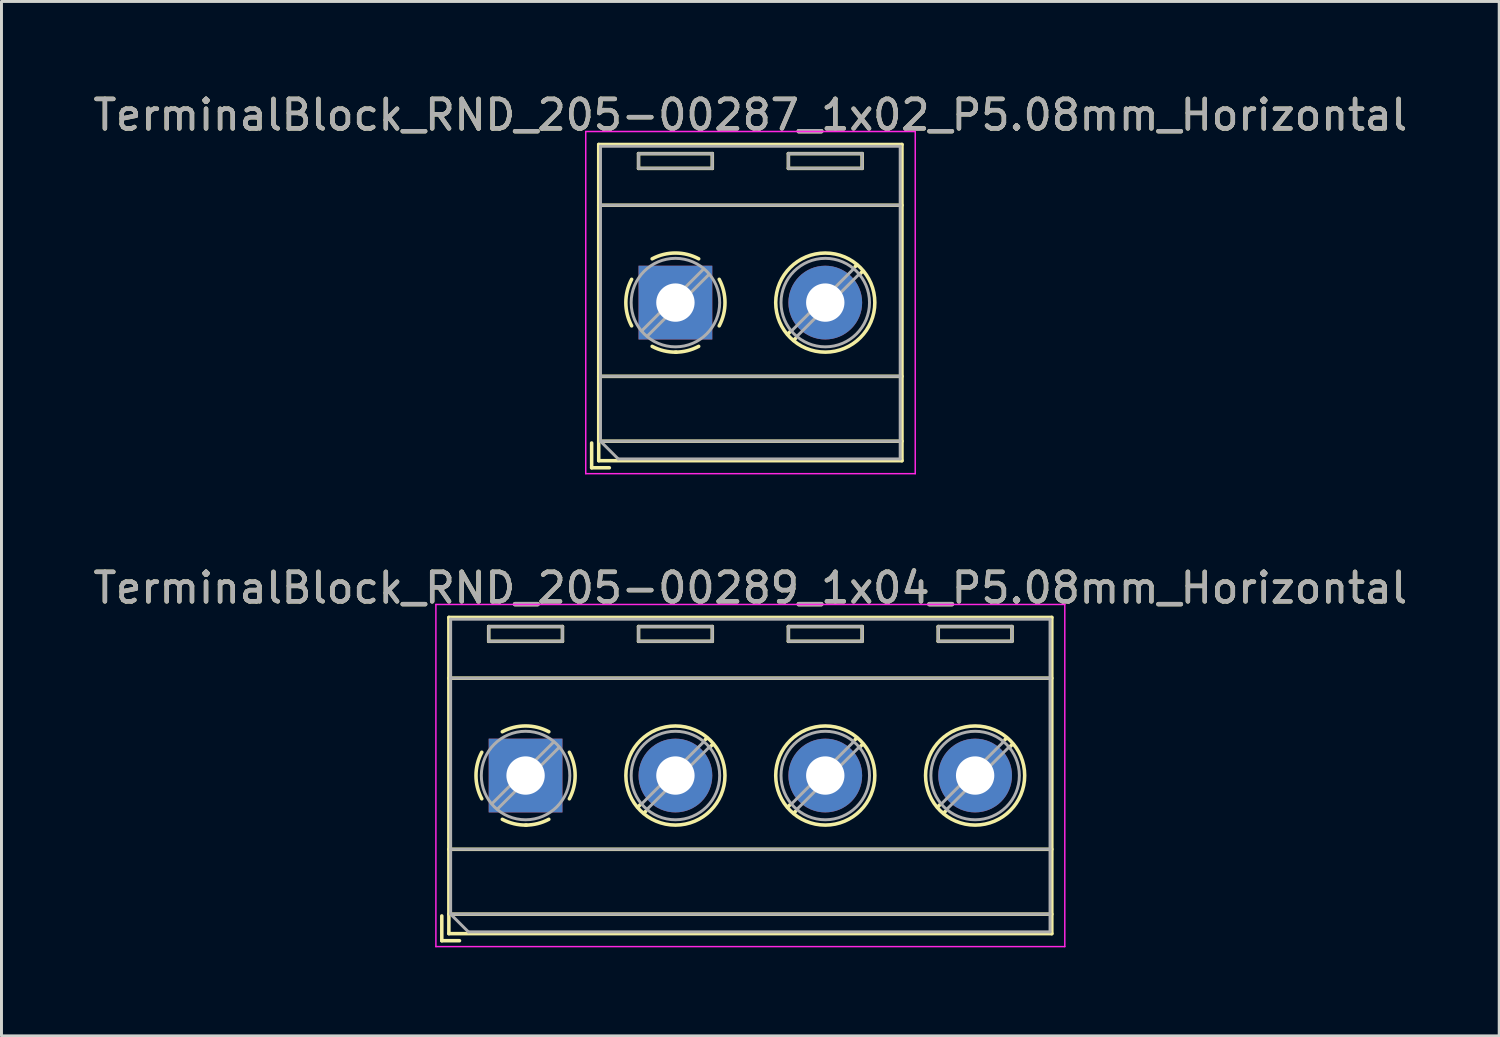
<source format=kicad_pcb>
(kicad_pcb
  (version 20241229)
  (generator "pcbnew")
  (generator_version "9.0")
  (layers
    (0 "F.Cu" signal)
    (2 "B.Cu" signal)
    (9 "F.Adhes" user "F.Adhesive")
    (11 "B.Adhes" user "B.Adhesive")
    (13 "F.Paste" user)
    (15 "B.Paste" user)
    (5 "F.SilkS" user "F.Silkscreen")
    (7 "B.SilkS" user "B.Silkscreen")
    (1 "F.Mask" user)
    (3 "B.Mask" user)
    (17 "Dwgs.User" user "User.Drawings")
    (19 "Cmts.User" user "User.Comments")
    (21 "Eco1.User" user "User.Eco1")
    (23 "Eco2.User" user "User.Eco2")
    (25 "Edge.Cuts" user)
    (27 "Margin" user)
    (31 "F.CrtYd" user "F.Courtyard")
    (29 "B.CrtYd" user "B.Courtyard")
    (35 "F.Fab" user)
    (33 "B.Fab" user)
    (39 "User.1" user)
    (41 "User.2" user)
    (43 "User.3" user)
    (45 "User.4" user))
  (footprint "TerminalBlock_RND_205-00289_1x04_P5.08mm_Horizontal"
    (layer "F.Cu")
    (at 14.767 23.241)
    (property "Reference" "TerminalBlock_RND_205-00289_1x04_P5.08mm_Horizontal" (at 7.62 -6.36 0) (layer "F.SilkS") (effects (font (size 1 1) (thickness 0.15))))
    (attr through_hole)
    (fp_line (start -2.84 4.76) (end -2.84 5.6) (stroke (width 0.12) (type solid)) (layer "F.SilkS"))
    (fp_line (start -2.84 5.6) (end -2.24 5.6) (stroke (width 0.12) (type solid)) (layer "F.SilkS"))
    (fp_line (start -2.6 -5.36) (end -2.6 5.36) (stroke (width 0.12) (type solid)) (layer "F.SilkS"))
    (fp_line (start -2.6 -5.36) (end 17.84 -5.36) (stroke (width 0.12) (type solid)) (layer "F.SilkS"))
    (fp_line (start -2.6 -3.3) (end 17.84 -3.3) (stroke (width 0.12) (type solid)) (layer "F.SilkS"))
    (fp_line (start -2.6 2.5) (end 17.84 2.5) (stroke (width 0.12) (type solid)) (layer "F.SilkS"))
    (fp_line (start -2.6 4.7) (end 17.84 4.7) (stroke (width 0.12) (type solid)) (layer "F.SilkS"))
    (fp_line (start -2.6 5.36) (end 17.84 5.36) (stroke (width 0.12) (type solid)) (layer "F.SilkS"))
    (fp_line (start -1.25 -5.05) (end -1.25 -4.55) (stroke (width 0.12) (type solid)) (layer "F.SilkS"))
    (fp_line (start -1.25 -5.05) (end 1.25 -5.05) (stroke (width 0.12) (type solid)) (layer "F.SilkS"))
    (fp_line (start -1.25 -4.55) (end 1.25 -4.55) (stroke (width 0.12) (type solid)) (layer "F.SilkS"))
    (fp_line (start 1.25 -5.05) (end 1.25 -4.55) (stroke (width 0.12) (type solid)) (layer "F.SilkS"))
    (fp_line (start 3.83 -5.05) (end 3.83 -4.55) (stroke (width 0.12) (type solid)) (layer "F.SilkS"))
    (fp_line (start 3.83 -5.05) (end 6.33 -5.05) (stroke (width 0.12) (type solid)) (layer "F.SilkS"))
    (fp_line (start 3.83 -4.55) (end 6.33 -4.55) (stroke (width 0.12) (type solid)) (layer "F.SilkS"))
    (fp_line (start 3.9 0.976) (end 3.806 1.069) (stroke (width 0.12) (type solid)) (layer "F.SilkS"))
    (fp_line (start 4.07 1.216) (end 4.011 1.274) (stroke (width 0.12) (type solid)) (layer "F.SilkS"))
    (fp_line (start 6.15 -1.275) (end 6.091 -1.216) (stroke (width 0.12) (type solid)) (layer "F.SilkS"))
    (fp_line (start 6.33 -5.05) (end 6.33 -4.55) (stroke (width 0.12) (type solid)) (layer "F.SilkS"))
    (fp_line (start 6.355 -1.069) (end 6.261 -0.976) (stroke (width 0.12) (type solid)) (layer "F.SilkS"))
    (fp_line (start 8.91 -5.05) (end 8.91 -4.55) (stroke (width 0.12) (type solid)) (layer "F.SilkS"))
    (fp_line (start 8.91 -5.05) (end 11.41 -5.05) (stroke (width 0.12) (type solid)) (layer "F.SilkS"))
    (fp_line (start 8.91 -4.55) (end 11.41 -4.55) (stroke (width 0.12) (type solid)) (layer "F.SilkS"))
    (fp_line (start 8.98 0.976) (end 8.886 1.069) (stroke (width 0.12) (type solid)) (layer "F.SilkS"))
    (fp_line (start 9.15 1.216) (end 9.091 1.274) (stroke (width 0.12) (type solid)) (layer "F.SilkS"))
    (fp_line (start 11.23 -1.275) (end 11.171 -1.216) (stroke (width 0.12) (type solid)) (layer "F.SilkS"))
    (fp_line (start 11.41 -5.05) (end 11.41 -4.55) (stroke (width 0.12) (type solid)) (layer "F.SilkS"))
    (fp_line (start 11.435 -1.069) (end 11.341 -0.976) (stroke (width 0.12) (type solid)) (layer "F.SilkS"))
    (fp_line (start 13.99 -5.05) (end 13.99 -4.55) (stroke (width 0.12) (type solid)) (layer "F.SilkS"))
    (fp_line (start 13.99 -5.05) (end 16.49 -5.05) (stroke (width 0.12) (type solid)) (layer "F.SilkS"))
    (fp_line (start 13.99 -4.55) (end 16.49 -4.55) (stroke (width 0.12) (type solid)) (layer "F.SilkS"))
    (fp_line (start 14.06 0.976) (end 13.966 1.069) (stroke (width 0.12) (type solid)) (layer "F.SilkS"))
    (fp_line (start 14.23 1.216) (end 14.171 1.274) (stroke (width 0.12) (type solid)) (layer "F.SilkS"))
    (fp_line (start 16.31 -1.275) (end 16.251 -1.216) (stroke (width 0.12) (type solid)) (layer "F.SilkS"))
    (fp_line (start 16.49 -5.05) (end 16.49 -4.55) (stroke (width 0.12) (type solid)) (layer "F.SilkS"))
    (fp_line (start 16.515 -1.069) (end 16.421 -0.976) (stroke (width 0.12) (type solid)) (layer "F.SilkS"))
    (fp_line (start 17.84 -5.36) (end 17.84 5.36) (stroke (width 0.12) (type solid)) (layer "F.SilkS"))
    (fp_arc (start -1.483953 0.789089) (mid -1.680708 0.00005) (end -1.484 -0.789) (stroke (width 0.12) (type solid)) (layer "F.SilkS"))
    (fp_arc (start -0.789089 -1.483953) (mid -0.00005 -1.680708) (end 0.789 -1.484) (stroke (width 0.12) (type solid)) (layer "F.SilkS"))
    (fp_arc (start 0.029383 1.68045) (mid -0.392304 1.634281) (end -0.789 1.484) (stroke (width 0.12) (type solid)) (layer "F.SilkS"))
    (fp_arc (start 0.788712 1.483352) (mid 0.406429 1.630097) (end 0 1.68) (stroke (width 0.12) (type solid)) (layer "F.SilkS"))
    (fp_arc (start 1.483953 -0.789089) (mid 1.680708 -0.00005) (end 1.484 0.789) (stroke (width 0.12) (type solid)) (layer "F.SilkS"))
    (fp_circle (center 5.08 0) (end 6.76 0) (stroke (width 0.12) (type solid)) (fill no) (layer "F.SilkS"))
    (fp_circle (center 10.16 0) (end 11.84 0) (stroke (width 0.12) (type solid)) (fill no) (layer "F.SilkS"))
    (fp_circle (center 15.24 0) (end 16.92 0) (stroke (width 0.12) (type solid)) (fill no) (layer "F.SilkS"))
    (fp_line (start -3.04 -5.8) (end -3.04 5.8) (stroke (width 0.05) (type solid)) (layer "F.CrtYd"))
    (fp_line (start -3.04 5.8) (end 18.28 5.8) (stroke (width 0.05) (type solid)) (layer "F.CrtYd"))
    (fp_line (start 18.28 -5.8) (end -3.04 -5.8) (stroke (width 0.05) (type solid)) (layer "F.CrtYd"))
    (fp_line (start 18.28 5.8) (end 18.28 -5.8) (stroke (width 0.05) (type solid)) (layer "F.CrtYd"))
    (fp_line (start -2.54 -5.3) (end 17.78 -5.3) (stroke (width 0.1) (type solid)) (layer "F.Fab"))
    (fp_line (start -2.54 -3.3) (end 17.78 -3.3) (stroke (width 0.1) (type solid)) (layer "F.Fab"))
    (fp_line (start -2.54 2.5) (end 17.78 2.5) (stroke (width 0.1) (type solid)) (layer "F.Fab"))
    (fp_line (start -2.54 4.7) (end -2.54 -5.3) (stroke (width 0.1) (type solid)) (layer "F.Fab"))
    (fp_line (start -2.54 4.7) (end 17.78 4.7) (stroke (width 0.1) (type solid)) (layer "F.Fab"))
    (fp_line (start -1.94 5.3) (end -2.54 4.7) (stroke (width 0.1) (type solid)) (layer "F.Fab"))
    (fp_line (start -1.25 -5.05) (end -1.25 -4.55) (stroke (width 0.1) (type solid)) (layer "F.Fab"))
    (fp_line (start -1.25 -4.55) (end 1.25 -4.55) (stroke (width 0.1) (type solid)) (layer "F.Fab"))
    (fp_line (start 0.955 -1.138) (end -1.138 0.955) (stroke (width 0.1) (type solid)) (layer "F.Fab"))
    (fp_line (start 1.138 -0.955) (end -0.955 1.138) (stroke (width 0.1) (type solid)) (layer "F.Fab"))
    (fp_line (start 1.25 -5.05) (end -1.25 -5.05) (stroke (width 0.1) (type solid)) (layer "F.Fab"))
    (fp_line (start 1.25 -4.55) (end 1.25 -5.05) (stroke (width 0.1) (type solid)) (layer "F.Fab"))
    (fp_line (start 3.83 -5.05) (end 3.83 -4.55) (stroke (width 0.1) (type solid)) (layer "F.Fab"))
    (fp_line (start 3.83 -4.55) (end 6.33 -4.55) (stroke (width 0.1) (type solid)) (layer "F.Fab"))
    (fp_line (start 6.035 -1.138) (end 3.943 0.955) (stroke (width 0.1) (type solid)) (layer "F.Fab"))
    (fp_line (start 6.218 -0.955) (end 4.126 1.138) (stroke (width 0.1) (type solid)) (layer "F.Fab"))
    (fp_line (start 6.33 -5.05) (end 3.83 -5.05) (stroke (width 0.1) (type solid)) (layer "F.Fab"))
    (fp_line (start 6.33 -4.55) (end 6.33 -5.05) (stroke (width 0.1) (type solid)) (layer "F.Fab"))
    (fp_line (start 8.91 -5.05) (end 8.91 -4.55) (stroke (width 0.1) (type solid)) (layer "F.Fab"))
    (fp_line (start 8.91 -4.55) (end 11.41 -4.55) (stroke (width 0.1) (type solid)) (layer "F.Fab"))
    (fp_line (start 11.115 -1.138) (end 9.023 0.955) (stroke (width 0.1) (type solid)) (layer "F.Fab"))
    (fp_line (start 11.298 -0.955) (end 9.206 1.138) (stroke (width 0.1) (type solid)) (layer "F.Fab"))
    (fp_line (start 11.41 -5.05) (end 8.91 -5.05) (stroke (width 0.1) (type solid)) (layer "F.Fab"))
    (fp_line (start 11.41 -4.55) (end 11.41 -5.05) (stroke (width 0.1) (type solid)) (layer "F.Fab"))
    (fp_line (start 13.99 -5.05) (end 13.99 -4.55) (stroke (width 0.1) (type solid)) (layer "F.Fab"))
    (fp_line (start 13.99 -4.55) (end 16.49 -4.55) (stroke (width 0.1) (type solid)) (layer "F.Fab"))
    (fp_line (start 16.195 -1.138) (end 14.103 0.955) (stroke (width 0.1) (type solid)) (layer "F.Fab"))
    (fp_line (start 16.378 -0.955) (end 14.286 1.138) (stroke (width 0.1) (type solid)) (layer "F.Fab"))
    (fp_line (start 16.49 -5.05) (end 13.99 -5.05) (stroke (width 0.1) (type solid)) (layer "F.Fab"))
    (fp_line (start 16.49 -4.55) (end 16.49 -5.05) (stroke (width 0.1) (type solid)) (layer "F.Fab"))
    (fp_line (start 17.78 -5.3) (end 17.78 5.3) (stroke (width 0.1) (type solid)) (layer "F.Fab"))
    (fp_line (start 17.78 5.3) (end -1.94 5.3) (stroke (width 0.1) (type solid)) (layer "F.Fab"))
    (fp_circle (center 0 0) (end 1.5 0) (stroke (width 0.1) (type solid)) (fill no) (layer "F.Fab"))
    (fp_circle (center 5.08 0) (end 6.58 0) (stroke (width 0.1) (type solid)) (fill no) (layer "F.Fab"))
    (fp_circle (center 10.16 0) (end 11.66 0) (stroke (width 0.1) (type solid)) (fill no) (layer "F.Fab"))
    (fp_circle (center 15.24 0) (end 16.74 0) (stroke (width 0.1) (type solid)) (fill no) (layer "F.Fab"))
    (fp_text user "${REFERENCE}" (at 7.62 -6.36 0) (layer "F.Fab") (effects (font (size 1 1) (thickness 0.15))))
    (pad "1" thru_hole rect (at 0 0) (size 2.5 2.5) (drill 1.3) (layers "*.Cu" "*.Mask"))
    (pad "2" thru_hole circle (at 5.08 0) (size 2.5 2.5) (drill 1.3) (layers "*.Cu" "*.Mask"))
    (pad "3" thru_hole circle (at 10.16 0) (size 2.5 2.5) (drill 1.3) (layers "*.Cu" "*.Mask"))
    (pad "4" thru_hole circle (at 15.24 0) (size 2.5 2.5) (drill 1.3) (layers "*.Cu" "*.Mask")))
  (footprint "TerminalBlock_RND_205-00287_1x02_P5.08mm_Horizontal"
    (layer "F.Cu")
    (at 19.847 7.208)
    (property "Reference" "TerminalBlock_RND_205-00287_1x02_P5.08mm_Horizontal" (at 2.54 -6.36 0) (layer "F.SilkS") (effects (font (size 1 1) (thickness 0.15))))
    (attr through_hole)
    (fp_line (start -2.84 4.76) (end -2.84 5.6) (stroke (width 0.12) (type solid)) (layer "F.SilkS"))
    (fp_line (start -2.84 5.6) (end -2.24 5.6) (stroke (width 0.12) (type solid)) (layer "F.SilkS"))
    (fp_line (start -2.6 -5.36) (end -2.6 5.36) (stroke (width 0.12) (type solid)) (layer "F.SilkS"))
    (fp_line (start -2.6 -5.36) (end 7.68 -5.36) (stroke (width 0.12) (type solid)) (layer "F.SilkS"))
    (fp_line (start -2.6 -3.3) (end 7.68 -3.3) (stroke (width 0.12) (type solid)) (layer "F.SilkS"))
    (fp_line (start -2.6 2.5) (end 7.68 2.5) (stroke (width 0.12) (type solid)) (layer "F.SilkS"))
    (fp_line (start -2.6 4.7) (end 7.68 4.7) (stroke (width 0.12) (type solid)) (layer "F.SilkS"))
    (fp_line (start -2.6 5.36) (end 7.68 5.36) (stroke (width 0.12) (type solid)) (layer "F.SilkS"))
    (fp_line (start -1.25 -5.05) (end -1.25 -4.55) (stroke (width 0.12) (type solid)) (layer "F.SilkS"))
    (fp_line (start -1.25 -5.05) (end 1.25 -5.05) (stroke (width 0.12) (type solid)) (layer "F.SilkS"))
    (fp_line (start -1.25 -4.55) (end 1.25 -4.55) (stroke (width 0.12) (type solid)) (layer "F.SilkS"))
    (fp_line (start 1.25 -5.05) (end 1.25 -4.55) (stroke (width 0.12) (type solid)) (layer "F.SilkS"))
    (fp_line (start 3.83 -5.05) (end 3.83 -4.55) (stroke (width 0.12) (type solid)) (layer "F.SilkS"))
    (fp_line (start 3.83 -5.05) (end 6.33 -5.05) (stroke (width 0.12) (type solid)) (layer "F.SilkS"))
    (fp_line (start 3.83 -4.55) (end 6.33 -4.55) (stroke (width 0.12) (type solid)) (layer "F.SilkS"))
    (fp_line (start 3.9 0.976) (end 3.806 1.069) (stroke (width 0.12) (type solid)) (layer "F.SilkS"))
    (fp_line (start 4.07 1.216) (end 4.011 1.274) (stroke (width 0.12) (type solid)) (layer "F.SilkS"))
    (fp_line (start 6.15 -1.275) (end 6.091 -1.216) (stroke (width 0.12) (type solid)) (layer "F.SilkS"))
    (fp_line (start 6.33 -5.05) (end 6.33 -4.55) (stroke (width 0.12) (type solid)) (layer "F.SilkS"))
    (fp_line (start 6.355 -1.069) (end 6.261 -0.976) (stroke (width 0.12) (type solid)) (layer "F.SilkS"))
    (fp_line (start 7.68 -5.36) (end 7.68 5.36) (stroke (width 0.12) (type solid)) (layer "F.SilkS"))
    (fp_arc (start -1.483953 0.789089) (mid -1.680708 0.00005) (end -1.484 -0.789) (stroke (width 0.12) (type solid)) (layer "F.SilkS"))
    (fp_arc (start -0.789089 -1.483953) (mid -0.00005 -1.680708) (end 0.789 -1.484) (stroke (width 0.12) (type solid)) (layer "F.SilkS"))
    (fp_arc (start 0.029383 1.68045) (mid -0.392304 1.634281) (end -0.789 1.484) (stroke (width 0.12) (type solid)) (layer "F.SilkS"))
    (fp_arc (start 0.788712 1.483352) (mid 0.406429 1.630097) (end 0 1.68) (stroke (width 0.12) (type solid)) (layer "F.SilkS"))
    (fp_arc (start 1.483953 -0.789089) (mid 1.680708 -0.00005) (end 1.484 0.789) (stroke (width 0.12) (type solid)) (layer "F.SilkS"))
    (fp_circle (center 5.08 0) (end 6.76 0) (stroke (width 0.12) (type solid)) (fill no) (layer "F.SilkS"))
    (fp_line (start -3.04 -5.8) (end -3.04 5.8) (stroke (width 0.05) (type solid)) (layer "F.CrtYd"))
    (fp_line (start -3.04 5.8) (end 8.13 5.8) (stroke (width 0.05) (type solid)) (layer "F.CrtYd"))
    (fp_line (start 8.13 -5.8) (end -3.04 -5.8) (stroke (width 0.05) (type solid)) (layer "F.CrtYd"))
    (fp_line (start 8.13 5.8) (end 8.13 -5.8) (stroke (width 0.05) (type solid)) (layer "F.CrtYd"))
    (fp_line (start -2.54 -5.3) (end 7.62 -5.3) (stroke (width 0.1) (type solid)) (layer "F.Fab"))
    (fp_line (start -2.54 -3.3) (end 7.62 -3.3) (stroke (width 0.1) (type solid)) (layer "F.Fab"))
    (fp_line (start -2.54 2.5) (end 7.62 2.5) (stroke (width 0.1) (type solid)) (layer "F.Fab"))
    (fp_line (start -2.54 4.7) (end -2.54 -5.3) (stroke (width 0.1) (type solid)) (layer "F.Fab"))
    (fp_line (start -2.54 4.7) (end 7.62 4.7) (stroke (width 0.1) (type solid)) (layer "F.Fab"))
    (fp_line (start -1.94 5.3) (end -2.54 4.7) (stroke (width 0.1) (type solid)) (layer "F.Fab"))
    (fp_line (start -1.25 -5.05) (end -1.25 -4.55) (stroke (width 0.1) (type solid)) (layer "F.Fab"))
    (fp_line (start -1.25 -4.55) (end 1.25 -4.55) (stroke (width 0.1) (type solid)) (layer "F.Fab"))
    (fp_line (start 0.955 -1.138) (end -1.138 0.955) (stroke (width 0.1) (type solid)) (layer "F.Fab"))
    (fp_line (start 1.138 -0.955) (end -0.955 1.138) (stroke (width 0.1) (type solid)) (layer "F.Fab"))
    (fp_line (start 1.25 -5.05) (end -1.25 -5.05) (stroke (width 0.1) (type solid)) (layer "F.Fab"))
    (fp_line (start 1.25 -4.55) (end 1.25 -5.05) (stroke (width 0.1) (type solid)) (layer "F.Fab"))
    (fp_line (start 3.83 -5.05) (end 3.83 -4.55) (stroke (width 0.1) (type solid)) (layer "F.Fab"))
    (fp_line (start 3.83 -4.55) (end 6.33 -4.55) (stroke (width 0.1) (type solid)) (layer "F.Fab"))
    (fp_line (start 6.035 -1.138) (end 3.943 0.955) (stroke (width 0.1) (type solid)) (layer "F.Fab"))
    (fp_line (start 6.218 -0.955) (end 4.126 1.138) (stroke (width 0.1) (type solid)) (layer "F.Fab"))
    (fp_line (start 6.33 -5.05) (end 3.83 -5.05) (stroke (width 0.1) (type solid)) (layer "F.Fab"))
    (fp_line (start 6.33 -4.55) (end 6.33 -5.05) (stroke (width 0.1) (type solid)) (layer "F.Fab"))
    (fp_line (start 7.62 -5.3) (end 7.62 5.3) (stroke (width 0.1) (type solid)) (layer "F.Fab"))
    (fp_line (start 7.62 5.3) (end -1.94 5.3) (stroke (width 0.1) (type solid)) (layer "F.Fab"))
    (fp_circle (center 0 0) (end 1.5 0) (stroke (width 0.1) (type solid)) (fill no) (layer "F.Fab"))
    (fp_circle (center 5.08 0) (end 6.58 0) (stroke (width 0.1) (type solid)) (fill no) (layer "F.Fab"))
    (fp_text user "${REFERENCE}" (at 2.54 -6.36 0) (layer "F.Fab") (effects (font (size 1 1) (thickness 0.15))))
    (pad "1" thru_hole rect (at 0 0) (size 2.5 2.5) (drill 1.3) (layers "*.Cu" "*.Mask"))
    (pad "2" thru_hole circle (at 5.08 0) (size 2.5 2.5) (drill 1.3) (layers "*.Cu" "*.Mask")))
  (gr_rect
    (start -3 -3)
    (end 47.774 32.066)
    (stroke (width 0.1) (type default))
    (fill no)
    (layer "Edge.Cuts")))
</source>
